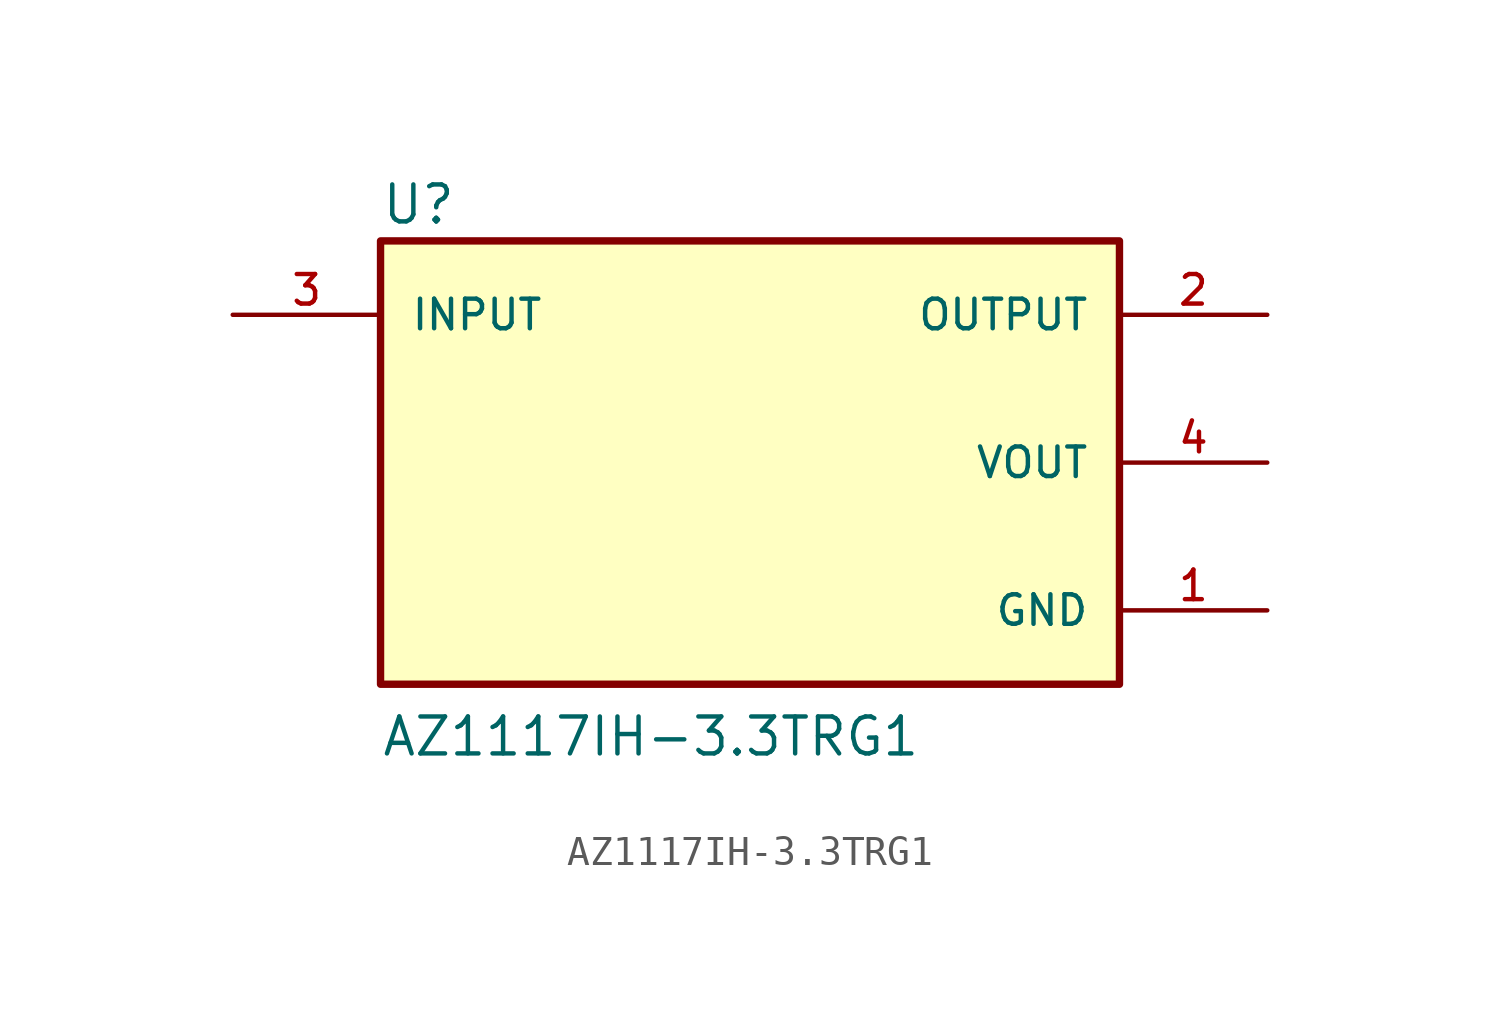
<source format=kicad_sym>
(kicad_symbol_lib
  (version 20211014)
  (generator kicad_symbol_editor)
  (symbol "AZ1117IH-3.3TRG1"
    (pin_names
      (offset 1.016))
    (property "Reference" "U"
      (at -12.7 8.128 0)
      (effects (font (size 1.27 1.27)) (justify bottom left)))
    (property "Value" "AZ1117IH-3.3TRG1"
      (at -12.7 -10.16 0)
      (effects (font (size 1.27 1.27)) (justify bottom left)))
    (symbol "AZ1117IH-3.3TRG1_0_0"
      (rectangle (start -12.7 -7.62) (end 12.7 7.62) (stroke (width 0.254)) (fill (type background)))
      (pin power_in line (at 17.78 -5.08 180.0) (length 5.08) (name "GND" (effects (font (size 1.016 1.016)))) (number "1" (effects (font (size 1.016 1.016)))))
      (pin output line (at 17.78 5.08 180.0) (length 5.08) (name "OUTPUT" (effects (font (size 1.016 1.016)))) (number "2" (effects (font (size 1.016 1.016)))))
      (pin input line (at -17.78 5.08 0) (length 5.08) (name "INPUT" (effects (font (size 1.016 1.016)))) (number "3" (effects (font (size 1.016 1.016)))))
      (pin output line (at 17.78 0.0 180.0) (length 5.08) (name "VOUT" (effects (font (size 1.016 1.016)))) (number "4" (effects (font (size 1.016 1.016))))))))
</source>
